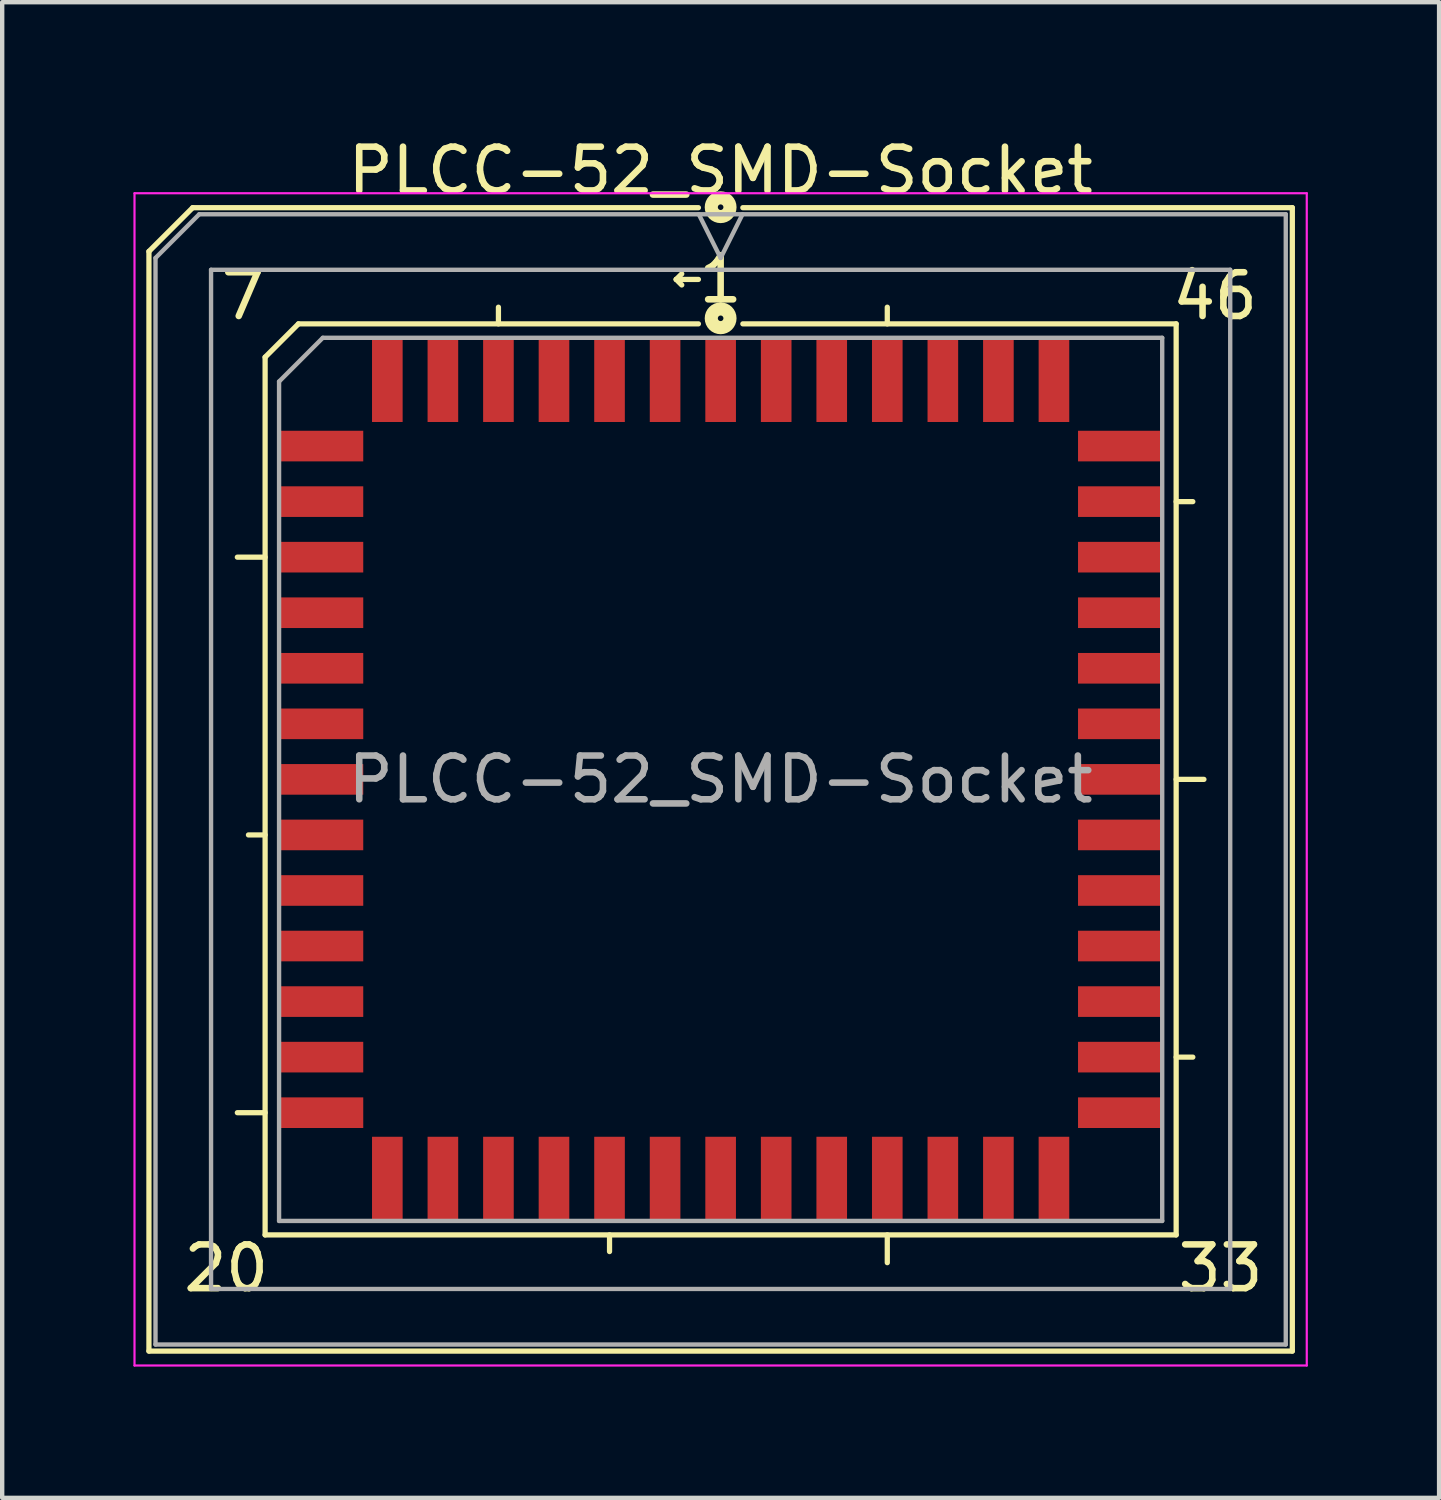
<source format=kicad_pcb>
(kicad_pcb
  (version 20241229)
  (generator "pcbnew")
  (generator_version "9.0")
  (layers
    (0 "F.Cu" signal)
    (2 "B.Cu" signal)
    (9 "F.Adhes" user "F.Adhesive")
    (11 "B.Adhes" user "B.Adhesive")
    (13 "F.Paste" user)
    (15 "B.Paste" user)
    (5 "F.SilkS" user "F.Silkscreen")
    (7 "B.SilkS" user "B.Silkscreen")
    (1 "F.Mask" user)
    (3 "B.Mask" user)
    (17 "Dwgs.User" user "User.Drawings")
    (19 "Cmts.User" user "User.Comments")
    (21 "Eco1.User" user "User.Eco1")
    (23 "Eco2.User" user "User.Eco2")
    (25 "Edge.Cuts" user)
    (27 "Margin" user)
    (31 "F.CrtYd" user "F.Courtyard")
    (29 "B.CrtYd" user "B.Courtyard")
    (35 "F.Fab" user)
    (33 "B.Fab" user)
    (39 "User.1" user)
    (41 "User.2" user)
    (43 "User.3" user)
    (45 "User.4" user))
  (footprint "PLCC-52_SMD-Socket"
    (layer "F.Cu")
    (at 13.425 14.768)
    (property "Reference" "PLCC-52_SMD-Socket" (at 0 -13.92 0) (layer "F.SilkS") (effects (font (size 1 1) (thickness 0.15))))
    (attr smd)
    (fp_line (start -13.07 -12.07) (end -13.07 13.07) (stroke (width 0.12) (type solid)) (layer "F.SilkS"))
    (fp_line (start -13.07 13.07) (end 13.07 13.07) (stroke (width 0.12) (type solid)) (layer "F.SilkS"))
    (fp_line (start -12.07 -13.07) (end -13.07 -12.07) (stroke (width 0.12) (type solid)) (layer "F.SilkS"))
    (fp_line (start -10.414 -9.652) (end -10.414 10.414) (stroke (width 0.12) (type solid)) (layer "F.SilkS"))
    (fp_line (start -10.414 -5.08) (end -11.049 -5.08) (stroke (width 0.12) (type solid)) (layer "F.SilkS"))
    (fp_line (start -10.414 1.27) (end -10.795 1.27) (stroke (width 0.12) (type solid)) (layer "F.SilkS"))
    (fp_line (start -10.414 7.62) (end -11.049 7.62) (stroke (width 0.12) (type solid)) (layer "F.SilkS"))
    (fp_line (start -10.414 10.414) (end 10.414 10.414) (stroke (width 0.12) (type solid)) (layer "F.SilkS"))
    (fp_line (start -9.652 -10.414) (end -10.414 -9.652) (stroke (width 0.12) (type solid)) (layer "F.SilkS"))
    (fp_line (start -5.08 -10.414) (end -5.08 -10.795) (stroke (width 0.12) (type solid)) (layer "F.SilkS"))
    (fp_line (start -2.54 10.414) (end -2.54 10.795) (stroke (width 0.12) (type solid)) (layer "F.SilkS"))
    (fp_line (start -1.016 -11.43) (end -0.889 -11.557) (stroke (width 0.12) (type solid)) (layer "F.SilkS"))
    (fp_line (start -1.016 -11.43) (end -0.889 -11.303) (stroke (width 0.12) (type solid)) (layer "F.SilkS"))
    (fp_line (start -0.508 -13.07) (end -12.07 -13.07) (stroke (width 0.12) (type solid)) (layer "F.SilkS"))
    (fp_line (start -0.508 -11.43) (end -1.016 -11.43) (stroke (width 0.12) (type solid)) (layer "F.SilkS"))
    (fp_line (start -0.508 -10.414) (end -9.652 -10.414) (stroke (width 0.12) (type solid)) (layer "F.SilkS"))
    (fp_line (start 3.81 -10.414) (end 3.81 -10.795) (stroke (width 0.12) (type solid)) (layer "F.SilkS"))
    (fp_line (start 3.81 10.414) (end 3.81 11.049) (stroke (width 0.12) (type solid)) (layer "F.SilkS"))
    (fp_line (start 10.414 -10.414) (end 0.508 -10.414) (stroke (width 0.12) (type solid)) (layer "F.SilkS"))
    (fp_line (start 10.414 -6.35) (end 10.795 -6.35) (stroke (width 0.12) (type solid)) (layer "F.SilkS"))
    (fp_line (start 10.414 0) (end 11.049 0) (stroke (width 0.12) (type solid)) (layer "F.SilkS"))
    (fp_line (start 10.414 6.35) (end 10.795 6.35) (stroke (width 0.12) (type solid)) (layer "F.SilkS"))
    (fp_line (start 10.414 10.414) (end 10.414 -10.414) (stroke (width 0.12) (type solid)) (layer "F.SilkS"))
    (fp_line (start 13.07 -13.07) (end 0.508 -13.07) (stroke (width 0.12) (type solid)) (layer "F.SilkS"))
    (fp_line (start 13.07 13.07) (end 13.07 -13.07) (stroke (width 0.12) (type solid)) (layer "F.SilkS"))
    (fp_circle (center 0 -13.081) (end 0.064 -13.081) (stroke (width 0.3) (type solid)) (fill no) (layer "F.SilkS"))
    (fp_circle (center 0 -10.541) (end 0.064 -10.541) (stroke (width 0.3) (type solid)) (fill no) (layer "F.SilkS"))
    (fp_line (start -13.4 -13.4) (end -13.4 13.4) (stroke (width 0.05) (type solid)) (layer "F.CrtYd"))
    (fp_line (start -13.4 13.4) (end 13.4 13.4) (stroke (width 0.05) (type solid)) (layer "F.CrtYd"))
    (fp_line (start 13.4 -13.4) (end -13.4 -13.4) (stroke (width 0.05) (type solid)) (layer "F.CrtYd"))
    (fp_line (start 13.4 13.4) (end 13.4 -13.4) (stroke (width 0.05) (type solid)) (layer "F.CrtYd"))
    (fp_line (start -12.92 -11.92) (end -12.92 12.92) (stroke (width 0.1) (type solid)) (layer "F.Fab"))
    (fp_line (start -12.92 12.92) (end 12.92 12.92) (stroke (width 0.1) (type solid)) (layer "F.Fab"))
    (fp_line (start -11.92 -12.92) (end -12.92 -11.92) (stroke (width 0.1) (type solid)) (layer "F.Fab"))
    (fp_line (start -11.65 -11.65) (end -11.65 11.65) (stroke (width 0.1) (type solid)) (layer "F.Fab"))
    (fp_line (start -11.65 11.65) (end 11.65 11.65) (stroke (width 0.1) (type solid)) (layer "F.Fab"))
    (fp_line (start -10.095 -9.095) (end -10.095 10.095) (stroke (width 0.1) (type solid)) (layer "F.Fab"))
    (fp_line (start -10.095 10.095) (end 10.095 10.095) (stroke (width 0.1) (type solid)) (layer "F.Fab"))
    (fp_line (start -9.095 -10.095) (end -10.095 -9.095) (stroke (width 0.1) (type solid)) (layer "F.Fab"))
    (fp_line (start -0.5 -12.92) (end 0 -11.92) (stroke (width 0.1) (type solid)) (layer "F.Fab"))
    (fp_line (start 0 -11.92) (end 0.5 -12.92) (stroke (width 0.1) (type solid)) (layer "F.Fab"))
    (fp_line (start 10.095 -10.095) (end -9.095 -10.095) (stroke (width 0.1) (type solid)) (layer "F.Fab"))
    (fp_line (start 10.095 10.095) (end 10.095 -10.095) (stroke (width 0.1) (type solid)) (layer "F.Fab"))
    (fp_line (start 11.65 -11.65) (end -11.65 -11.65) (stroke (width 0.1) (type solid)) (layer "F.Fab"))
    (fp_line (start 11.65 11.65) (end 11.65 -11.65) (stroke (width 0.1) (type solid)) (layer "F.Fab"))
    (fp_line (start 12.92 -12.92) (end -11.92 -12.92) (stroke (width 0.1) (type solid)) (layer "F.Fab"))
    (fp_line (start 12.92 12.92) (end 12.92 -12.92) (stroke (width 0.1) (type solid)) (layer "F.Fab"))
    (fp_text user "7" (at -10.922 -11.049 0) (unlocked yes) (layer "F.SilkS") (effects (font (size 1 1) (thickness 0.15))))
    (fp_text user "46" (at 11.303 -11.049 0) (unlocked yes) (layer "F.SilkS") (effects (font (size 1 1) (thickness 0.15))))
    (fp_text user "20" (at -11.303 11.176 0) (unlocked yes) (layer "F.SilkS") (effects (font (size 1 1) (thickness 0.15))))
    (fp_text user "33" (at 11.43 11.176 0) (unlocked yes) (layer "F.SilkS") (effects (font (size 1 1) (thickness 0.15))))
    (fp_text user "1" (at 0 -11.43 0) (unlocked yes) (layer "F.SilkS") (effects (font (size 1 1) (thickness 0.15))))
    (fp_text user "${REFERENCE}" (at 0 0 0) (layer "F.Fab") (effects (font (size 1 1) (thickness 0.15))))
    (pad "1" smd rect (at 0 -9.133) (size 0.7 1.925) (layers "F.Cu" "F.Mask" "F.Paste"))
    (pad "2" smd rect (at -1.27 -9.133) (size 0.7 1.925) (layers "F.Cu" "F.Mask" "F.Paste"))
    (pad "3" smd rect (at -2.54 -9.133) (size 0.7 1.925) (layers "F.Cu" "F.Mask" "F.Paste"))
    (pad "4" smd rect (at -3.81 -9.133) (size 0.7 1.925) (layers "F.Cu" "F.Mask" "F.Paste"))
    (pad "5" smd rect (at -5.08 -9.133) (size 0.7 1.925) (layers "F.Cu" "F.Mask" "F.Paste"))
    (pad "6" smd rect (at -6.35 -9.133) (size 0.7 1.925) (layers "F.Cu" "F.Mask" "F.Paste"))
    (pad "7" smd rect (at -7.62 -9.133) (size 0.7 1.925) (layers "F.Cu" "F.Mask" "F.Paste"))
    (pad "8" smd rect (at -9.133 -7.62) (size 1.925 0.7) (layers "F.Cu" "F.Mask" "F.Paste"))
    (pad "9" smd rect (at -9.133 -6.35) (size 1.925 0.7) (layers "F.Cu" "F.Mask" "F.Paste"))
    (pad "10" smd rect (at -9.133 -5.08) (size 1.925 0.7) (layers "F.Cu" "F.Mask" "F.Paste"))
    (pad "11" smd rect (at -9.133 -3.81) (size 1.925 0.7) (layers "F.Cu" "F.Mask" "F.Paste"))
    (pad "12" smd rect (at -9.133 -2.54) (size 1.925 0.7) (layers "F.Cu" "F.Mask" "F.Paste"))
    (pad "13" smd rect (at -9.133 -1.27) (size 1.925 0.7) (layers "F.Cu" "F.Mask" "F.Paste"))
    (pad "14" smd rect (at -9.133 0) (size 1.925 0.7) (layers "F.Cu" "F.Mask" "F.Paste"))
    (pad "15" smd rect (at -9.133 1.27) (size 1.925 0.7) (layers "F.Cu" "F.Mask" "F.Paste"))
    (pad "16" smd rect (at -9.133 2.54) (size 1.925 0.7) (layers "F.Cu" "F.Mask" "F.Paste"))
    (pad "17" smd rect (at -9.133 3.81) (size 1.925 0.7) (layers "F.Cu" "F.Mask" "F.Paste"))
    (pad "18" smd rect (at -9.133 5.08) (size 1.925 0.7) (layers "F.Cu" "F.Mask" "F.Paste"))
    (pad "19" smd rect (at -9.133 6.35) (size 1.925 0.7) (layers "F.Cu" "F.Mask" "F.Paste"))
    (pad "20" smd rect (at -9.133 7.62) (size 1.925 0.7) (layers "F.Cu" "F.Mask" "F.Paste"))
    (pad "21" smd rect (at -7.62 9.133) (size 0.7 1.925) (layers "F.Cu" "F.Mask" "F.Paste"))
    (pad "22" smd rect (at -6.35 9.133) (size 0.7 1.925) (layers "F.Cu" "F.Mask" "F.Paste"))
    (pad "23" smd rect (at -5.08 9.133) (size 0.7 1.925) (layers "F.Cu" "F.Mask" "F.Paste"))
    (pad "24" smd rect (at -3.81 9.133) (size 0.7 1.925) (layers "F.Cu" "F.Mask" "F.Paste"))
    (pad "25" smd rect (at -2.54 9.133) (size 0.7 1.925) (layers "F.Cu" "F.Mask" "F.Paste"))
    (pad "26" smd rect (at -1.27 9.133) (size 0.7 1.925) (layers "F.Cu" "F.Mask" "F.Paste"))
    (pad "27" smd rect (at 0 9.133) (size 0.7 1.925) (layers "F.Cu" "F.Mask" "F.Paste"))
    (pad "28" smd rect (at 1.27 9.133) (size 0.7 1.925) (layers "F.Cu" "F.Mask" "F.Paste"))
    (pad "29" smd rect (at 2.54 9.133) (size 0.7 1.925) (layers "F.Cu" "F.Mask" "F.Paste"))
    (pad "30" smd rect (at 3.81 9.133) (size 0.7 1.925) (layers "F.Cu" "F.Mask" "F.Paste"))
    (pad "31" smd rect (at 5.08 9.133) (size 0.7 1.925) (layers "F.Cu" "F.Mask" "F.Paste"))
    (pad "32" smd rect (at 6.35 9.133) (size 0.7 1.925) (layers "F.Cu" "F.Mask" "F.Paste"))
    (pad "33" smd rect (at 7.62 9.133) (size 0.7 1.925) (layers "F.Cu" "F.Mask" "F.Paste"))
    (pad "34" smd rect (at 9.133 7.62) (size 1.925 0.7) (layers "F.Cu" "F.Mask" "F.Paste"))
    (pad "35" smd rect (at 9.133 6.35) (size 1.925 0.7) (layers "F.Cu" "F.Mask" "F.Paste"))
    (pad "36" smd rect (at 9.133 5.08) (size 1.925 0.7) (layers "F.Cu" "F.Mask" "F.Paste"))
    (pad "37" smd rect (at 9.133 3.81) (size 1.925 0.7) (layers "F.Cu" "F.Mask" "F.Paste"))
    (pad "38" smd rect (at 9.133 2.54) (size 1.925 0.7) (layers "F.Cu" "F.Mask" "F.Paste"))
    (pad "39" smd rect (at 9.133 1.27) (size 1.925 0.7) (layers "F.Cu" "F.Mask" "F.Paste"))
    (pad "40" smd rect (at 9.133 0) (size 1.925 0.7) (layers "F.Cu" "F.Mask" "F.Paste"))
    (pad "41" smd rect (at 9.133 -1.27) (size 1.925 0.7) (layers "F.Cu" "F.Mask" "F.Paste"))
    (pad "42" smd rect (at 9.133 -2.54) (size 1.925 0.7) (layers "F.Cu" "F.Mask" "F.Paste"))
    (pad "43" smd rect (at 9.133 -3.81) (size 1.925 0.7) (layers "F.Cu" "F.Mask" "F.Paste"))
    (pad "44" smd rect (at 9.133 -5.08) (size 1.925 0.7) (layers "F.Cu" "F.Mask" "F.Paste"))
    (pad "45" smd rect (at 9.133 -6.35) (size 1.925 0.7) (layers "F.Cu" "F.Mask" "F.Paste"))
    (pad "46" smd rect (at 9.133 -7.62) (size 1.925 0.7) (layers "F.Cu" "F.Mask" "F.Paste"))
    (pad "47" smd rect (at 7.62 -9.133) (size 0.7 1.925) (layers "F.Cu" "F.Mask" "F.Paste"))
    (pad "48" smd rect (at 6.35 -9.133) (size 0.7 1.925) (layers "F.Cu" "F.Mask" "F.Paste"))
    (pad "49" smd rect (at 5.08 -9.133) (size 0.7 1.925) (layers "F.Cu" "F.Mask" "F.Paste"))
    (pad "50" smd rect (at 3.81 -9.133) (size 0.7 1.925) (layers "F.Cu" "F.Mask" "F.Paste"))
    (pad "51" smd rect (at 2.54 -9.133) (size 0.7 1.925) (layers "F.Cu" "F.Mask" "F.Paste"))
    (pad "52" smd rect (at 1.27 -9.133) (size 0.7 1.925) (layers "F.Cu" "F.Mask" "F.Paste")))
  (gr_rect
    (start -3 -3)
    (end 29.85 31.193)
    (stroke (width 0.1) (type default))
    (fill no)
    (layer "Edge.Cuts")))
</source>
